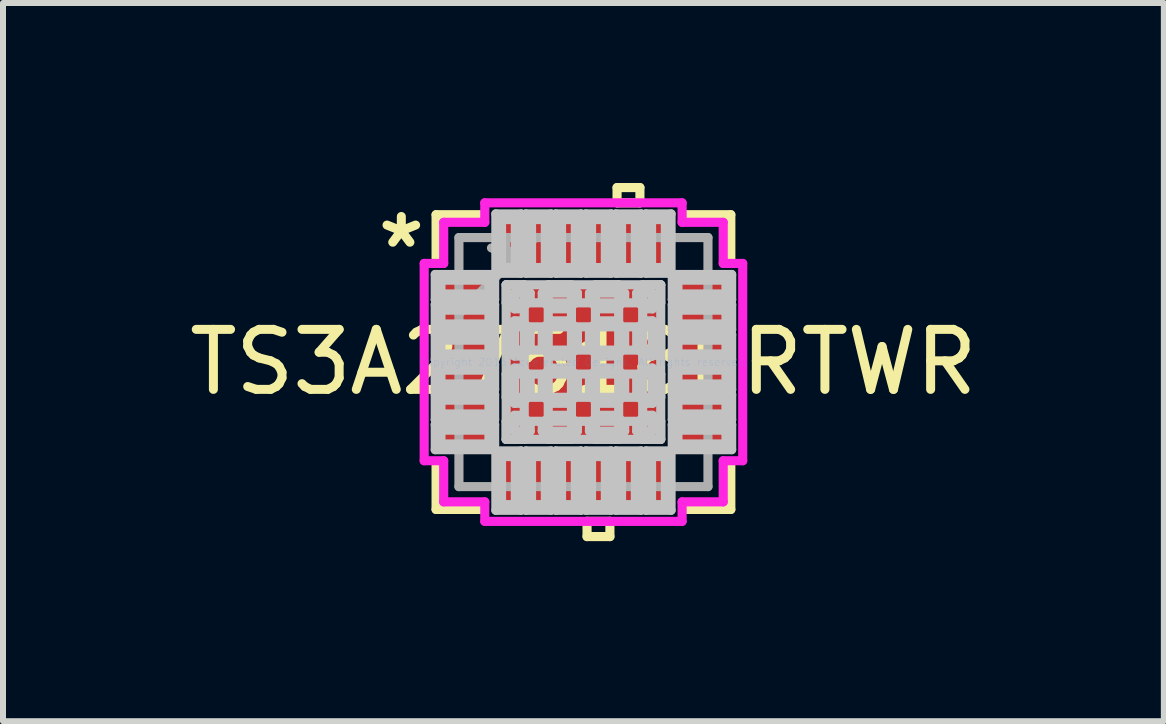
<source format=kicad_pcb>
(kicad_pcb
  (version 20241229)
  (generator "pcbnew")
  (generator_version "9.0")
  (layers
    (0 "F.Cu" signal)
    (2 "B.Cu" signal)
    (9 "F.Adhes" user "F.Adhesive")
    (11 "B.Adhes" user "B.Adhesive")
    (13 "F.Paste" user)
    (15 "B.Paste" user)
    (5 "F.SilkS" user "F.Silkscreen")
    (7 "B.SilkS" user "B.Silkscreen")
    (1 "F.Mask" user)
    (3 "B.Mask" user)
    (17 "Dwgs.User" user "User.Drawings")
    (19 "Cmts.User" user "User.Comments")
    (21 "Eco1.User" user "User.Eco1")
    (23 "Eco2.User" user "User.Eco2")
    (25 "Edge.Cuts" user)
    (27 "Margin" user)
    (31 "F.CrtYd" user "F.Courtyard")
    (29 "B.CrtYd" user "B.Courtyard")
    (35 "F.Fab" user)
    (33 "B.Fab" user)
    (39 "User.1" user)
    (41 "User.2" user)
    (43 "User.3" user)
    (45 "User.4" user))
  (footprint "TS3A27518ERTWR"
    (layer "F.Cu")
    (at 6.673 2.984)
    (property "Reference" "TS3A27518ERTWR" (at 0 0 0) (layer "F.SilkS") (effects (font (size 1 1) (thickness 0.15))))
    (attr through_hole)
    (fp_line (start -2.456 -2.456) (end -2.456 -1.718) (stroke (width 0.152) (type solid)) (layer "F.SilkS"))
    (fp_line (start -2.456 1.718) (end -2.456 2.456) (stroke (width 0.152) (type solid)) (layer "F.SilkS"))
    (fp_line (start -2.456 2.456) (end -1.718 2.456) (stroke (width 0.152) (type solid)) (layer "F.SilkS"))
    (fp_line (start -1.718 -2.456) (end -2.456 -2.456) (stroke (width 0.152) (type solid)) (layer "F.SilkS"))
    (fp_line (start 0.06 2.654) (end 0.06 2.908) (stroke (width 0.152) (type solid)) (layer "F.SilkS"))
    (fp_line (start 0.06 2.908) (end 0.441 2.908) (stroke (width 0.152) (type solid)) (layer "F.SilkS"))
    (fp_line (start 0.441 2.654) (end 0.06 2.654) (stroke (width 0.152) (type solid)) (layer "F.SilkS"))
    (fp_line (start 0.441 2.908) (end 0.441 2.654) (stroke (width 0.152) (type solid)) (layer "F.SilkS"))
    (fp_line (start 0.56 -2.908) (end 0.941 -2.908) (stroke (width 0.152) (type solid)) (layer "F.SilkS"))
    (fp_line (start 0.56 -2.654) (end 0.56 -2.908) (stroke (width 0.152) (type solid)) (layer "F.SilkS"))
    (fp_line (start 0.941 -2.908) (end 0.941 -2.654) (stroke (width 0.152) (type solid)) (layer "F.SilkS"))
    (fp_line (start 0.941 -2.654) (end 0.56 -2.654) (stroke (width 0.152) (type solid)) (layer "F.SilkS"))
    (fp_line (start 1.718 2.456) (end 2.456 2.456) (stroke (width 0.152) (type solid)) (layer "F.SilkS"))
    (fp_line (start 2.456 -2.456) (end 1.718 -2.456) (stroke (width 0.152) (type solid)) (layer "F.SilkS"))
    (fp_line (start 2.456 -1.718) (end 2.456 -2.456) (stroke (width 0.152) (type solid)) (layer "F.SilkS"))
    (fp_line (start 2.456 2.456) (end 2.456 1.718) (stroke (width 0.152) (type solid)) (layer "F.SilkS"))
    (fp_line (start -2.47 -1.46) (end -2.47 -1.04) (stroke (width 0.152) (type solid)) (layer "Dwgs.User"))
    (fp_line (start -2.47 -1.04) (end -1.48 -1.04) (stroke (width 0.152) (type solid)) (layer "Dwgs.User"))
    (fp_line (start -2.47 -0.96) (end -2.47 -0.54) (stroke (width 0.152) (type solid)) (layer "Dwgs.User"))
    (fp_line (start -2.47 -0.54) (end -1.48 -0.54) (stroke (width 0.152) (type solid)) (layer "Dwgs.User"))
    (fp_line (start -2.47 -0.46) (end -2.47 -0.04) (stroke (width 0.152) (type solid)) (layer "Dwgs.User"))
    (fp_line (start -2.47 -0.04) (end -1.48 -0.04) (stroke (width 0.152) (type solid)) (layer "Dwgs.User"))
    (fp_line (start -2.47 0.04) (end -2.47 0.46) (stroke (width 0.152) (type solid)) (layer "Dwgs.User"))
    (fp_line (start -2.47 0.46) (end -1.48 0.46) (stroke (width 0.152) (type solid)) (layer "Dwgs.User"))
    (fp_line (start -2.47 0.54) (end -2.47 0.96) (stroke (width 0.152) (type solid)) (layer "Dwgs.User"))
    (fp_line (start -2.47 0.96) (end -1.48 0.96) (stroke (width 0.152) (type solid)) (layer "Dwgs.User"))
    (fp_line (start -2.47 1.04) (end -2.47 1.46) (stroke (width 0.152) (type solid)) (layer "Dwgs.User"))
    (fp_line (start -2.47 1.46) (end -1.48 1.46) (stroke (width 0.152) (type solid)) (layer "Dwgs.User"))
    (fp_line (start -2.375 -1.365) (end -2.375 -1.135) (stroke (width 0.152) (type solid)) (layer "Dwgs.User"))
    (fp_line (start -2.375 -1.135) (end -1.575 -1.135) (stroke (width 0.152) (type solid)) (layer "Dwgs.User"))
    (fp_line (start -2.375 -0.865) (end -2.375 -0.635) (stroke (width 0.152) (type solid)) (layer "Dwgs.User"))
    (fp_line (start -2.375 -0.635) (end -1.575 -0.635) (stroke (width 0.152) (type solid)) (layer "Dwgs.User"))
    (fp_line (start -2.375 -0.365) (end -2.375 -0.135) (stroke (width 0.152) (type solid)) (layer "Dwgs.User"))
    (fp_line (start -2.375 -0.135) (end -1.575 -0.135) (stroke (width 0.152) (type solid)) (layer "Dwgs.User"))
    (fp_line (start -2.375 0.135) (end -2.375 0.365) (stroke (width 0.152) (type solid)) (layer "Dwgs.User"))
    (fp_line (start -2.375 0.365) (end -1.575 0.365) (stroke (width 0.152) (type solid)) (layer "Dwgs.User"))
    (fp_line (start -2.375 0.635) (end -2.375 0.865) (stroke (width 0.152) (type solid)) (layer "Dwgs.User"))
    (fp_line (start -2.375 0.865) (end -1.575 0.865) (stroke (width 0.152) (type solid)) (layer "Dwgs.User"))
    (fp_line (start -2.375 1.135) (end -2.375 1.365) (stroke (width 0.152) (type solid)) (layer "Dwgs.User"))
    (fp_line (start -2.375 1.365) (end -1.575 1.365) (stroke (width 0.152) (type solid)) (layer "Dwgs.User"))
    (fp_line (start -1.575 -1.365) (end -2.375 -1.365) (stroke (width 0.152) (type solid)) (layer "Dwgs.User"))
    (fp_line (start -1.575 -1.135) (end -1.575 -1.365) (stroke (width 0.152) (type solid)) (layer "Dwgs.User"))
    (fp_line (start -1.575 -0.865) (end -2.375 -0.865) (stroke (width 0.152) (type solid)) (layer "Dwgs.User"))
    (fp_line (start -1.575 -0.635) (end -1.575 -0.865) (stroke (width 0.152) (type solid)) (layer "Dwgs.User"))
    (fp_line (start -1.575 -0.365) (end -2.375 -0.365) (stroke (width 0.152) (type solid)) (layer "Dwgs.User"))
    (fp_line (start -1.575 -0.135) (end -1.575 -0.365) (stroke (width 0.152) (type solid)) (layer "Dwgs.User"))
    (fp_line (start -1.575 0.135) (end -2.375 0.135) (stroke (width 0.152) (type solid)) (layer "Dwgs.User"))
    (fp_line (start -1.575 0.365) (end -1.575 0.135) (stroke (width 0.152) (type solid)) (layer "Dwgs.User"))
    (fp_line (start -1.575 0.635) (end -2.375 0.635) (stroke (width 0.152) (type solid)) (layer "Dwgs.User"))
    (fp_line (start -1.575 0.865) (end -1.575 0.635) (stroke (width 0.152) (type solid)) (layer "Dwgs.User"))
    (fp_line (start -1.575 1.135) (end -2.375 1.135) (stroke (width 0.152) (type solid)) (layer "Dwgs.User"))
    (fp_line (start -1.575 1.365) (end -1.575 1.135) (stroke (width 0.152) (type solid)) (layer "Dwgs.User"))
    (fp_line (start -1.48 -1.46) (end -2.47 -1.46) (stroke (width 0.152) (type solid)) (layer "Dwgs.User"))
    (fp_line (start -1.48 -1.04) (end -1.48 -1.46) (stroke (width 0.152) (type solid)) (layer "Dwgs.User"))
    (fp_line (start -1.48 -0.96) (end -2.47 -0.96) (stroke (width 0.152) (type solid)) (layer "Dwgs.User"))
    (fp_line (start -1.48 -0.54) (end -1.48 -0.96) (stroke (width 0.152) (type solid)) (layer "Dwgs.User"))
    (fp_line (start -1.48 -0.46) (end -2.47 -0.46) (stroke (width 0.152) (type solid)) (layer "Dwgs.User"))
    (fp_line (start -1.48 -0.04) (end -1.48 -0.46) (stroke (width 0.152) (type solid)) (layer "Dwgs.User"))
    (fp_line (start -1.48 0.04) (end -2.47 0.04) (stroke (width 0.152) (type solid)) (layer "Dwgs.User"))
    (fp_line (start -1.48 0.46) (end -1.48 0.04) (stroke (width 0.152) (type solid)) (layer "Dwgs.User"))
    (fp_line (start -1.48 0.54) (end -2.47 0.54) (stroke (width 0.152) (type solid)) (layer "Dwgs.User"))
    (fp_line (start -1.48 0.96) (end -1.48 0.54) (stroke (width 0.152) (type solid)) (layer "Dwgs.User"))
    (fp_line (start -1.48 1.04) (end -2.47 1.04) (stroke (width 0.152) (type solid)) (layer "Dwgs.User"))
    (fp_line (start -1.48 1.46) (end -1.48 1.04) (stroke (width 0.152) (type solid)) (layer "Dwgs.User"))
    (fp_line (start -1.46 -2.47) (end -1.46 -1.48) (stroke (width 0.152) (type solid)) (layer "Dwgs.User"))
    (fp_line (start -1.46 -1.48) (end -1.04 -1.48) (stroke (width 0.152) (type solid)) (layer "Dwgs.User"))
    (fp_line (start -1.46 1.48) (end -1.46 2.47) (stroke (width 0.152) (type solid)) (layer "Dwgs.User"))
    (fp_line (start -1.46 2.47) (end -1.04 2.47) (stroke (width 0.152) (type solid)) (layer "Dwgs.User"))
    (fp_line (start -1.365 -2.375) (end -1.365 -1.575) (stroke (width 0.152) (type solid)) (layer "Dwgs.User"))
    (fp_line (start -1.365 -1.575) (end -1.135 -1.575) (stroke (width 0.152) (type solid)) (layer "Dwgs.User"))
    (fp_line (start -1.365 1.575) (end -1.365 2.375) (stroke (width 0.152) (type solid)) (layer "Dwgs.User"))
    (fp_line (start -1.365 2.375) (end -1.135 2.375) (stroke (width 0.152) (type solid)) (layer "Dwgs.User"))
    (fp_line (start -1.288 -1.288) (end -0.987 -1.288) (stroke (width 0.152) (type solid)) (layer "Dwgs.User"))
    (fp_line (start -1.288 -1.288) (end 1.288 -1.288) (stroke (width 0.152) (type solid)) (layer "Dwgs.User"))
    (fp_line (start -1.288 -0.987) (end -1.288 -1.288) (stroke (width 0.152) (type solid)) (layer "Dwgs.User"))
    (fp_line (start -1.288 -0.587) (end 1.288 -0.587) (stroke (width 0.152) (type solid)) (layer "Dwgs.User"))
    (fp_line (start -1.288 -0.2) (end -1.288 -0.587) (stroke (width 0.152) (type solid)) (layer "Dwgs.User"))
    (fp_line (start -1.288 0.2) (end 1.288 0.2) (stroke (width 0.152) (type solid)) (layer "Dwgs.User"))
    (fp_line (start -1.288 0.587) (end -1.288 0.2) (stroke (width 0.152) (type solid)) (layer "Dwgs.User"))
    (fp_line (start -1.288 0.987) (end 1.288 0.987) (stroke (width 0.152) (type solid)) (layer "Dwgs.User"))
    (fp_line (start -1.288 1.288) (end -1.288 -1.288) (stroke (width 0.152) (type solid)) (layer "Dwgs.User"))
    (fp_line (start -1.288 1.288) (end -1.288 0.987) (stroke (width 0.152) (type solid)) (layer "Dwgs.User"))
    (fp_line (start -1.15 -1.15) (end -1.15 -0.887) (stroke (width 0.152) (type solid)) (layer "Dwgs.User"))
    (fp_line (start -1.15 -0.887) (end -1.029 -0.887) (stroke (width 0.152) (type solid)) (layer "Dwgs.User"))
    (fp_line (start -1.15 -0.687) (end -1.15 -0.1) (stroke (width 0.152) (type solid)) (layer "Dwgs.User"))
    (fp_line (start -1.15 -0.1) (end -1.029 -0.1) (stroke (width 0.152) (type solid)) (layer "Dwgs.User"))
    (fp_line (start -1.15 0.1) (end -1.15 0.687) (stroke (width 0.152) (type solid)) (layer "Dwgs.User"))
    (fp_line (start -1.15 0.687) (end -1.029 0.687) (stroke (width 0.152) (type solid)) (layer "Dwgs.User"))
    (fp_line (start -1.15 0.887) (end -1.15 1.15) (stroke (width 0.152) (type solid)) (layer "Dwgs.User"))
    (fp_line (start -1.15 1.15) (end -0.887 1.15) (stroke (width 0.152) (type solid)) (layer "Dwgs.User"))
    (fp_line (start -1.135 -2.375) (end -1.365 -2.375) (stroke (width 0.152) (type solid)) (layer "Dwgs.User"))
    (fp_line (start -1.135 -1.575) (end -1.135 -2.375) (stroke (width 0.152) (type solid)) (layer "Dwgs.User"))
    (fp_line (start -1.135 1.575) (end -1.365 1.575) (stroke (width 0.152) (type solid)) (layer "Dwgs.User"))
    (fp_line (start -1.135 2.375) (end -1.135 1.575) (stroke (width 0.152) (type solid)) (layer "Dwgs.User"))
    (fp_line (start -1.04 -2.47) (end -1.46 -2.47) (stroke (width 0.152) (type solid)) (layer "Dwgs.User"))
    (fp_line (start -1.04 -1.48) (end -1.04 -2.47) (stroke (width 0.152) (type solid)) (layer "Dwgs.User"))
    (fp_line (start -1.04 1.48) (end -1.46 1.48) (stroke (width 0.152) (type solid)) (layer "Dwgs.User"))
    (fp_line (start -1.04 2.47) (end -1.04 1.48) (stroke (width 0.152) (type solid)) (layer "Dwgs.User"))
    (fp_line (start -1.029 -0.887) (end -1.029 -0.887) (stroke (width 0.152) (type solid)) (layer "Dwgs.User"))
    (fp_line (start -1.029 -0.887) (end -0.887 -1.029) (stroke (width 0.152) (type solid)) (layer "Dwgs.User"))
    (fp_line (start -1.029 -0.687) (end -1.15 -0.687) (stroke (width 0.152) (type solid)) (layer "Dwgs.User"))
    (fp_line (start -1.029 -0.687) (end -1.029 -0.687) (stroke (width 0.152) (type solid)) (layer "Dwgs.User"))
    (fp_line (start -1.029 -0.1) (end -1.029 -0.1) (stroke (width 0.152) (type solid)) (layer "Dwgs.User"))
    (fp_line (start -1.029 -0.1) (end -0.887 -0.241) (stroke (width 0.152) (type solid)) (layer "Dwgs.User"))
    (fp_line (start -1.029 0.1) (end -1.15 0.1) (stroke (width 0.152) (type solid)) (layer "Dwgs.User"))
    (fp_line (start -1.029 0.1) (end -1.029 0.1) (stroke (width 0.152) (type solid)) (layer "Dwgs.User"))
    (fp_line (start -1.029 0.687) (end -1.029 0.687) (stroke (width 0.152) (type solid)) (layer "Dwgs.User"))
    (fp_line (start -1.029 0.687) (end -0.887 0.546) (stroke (width 0.152) (type solid)) (layer "Dwgs.User"))
    (fp_line (start -1.029 0.887) (end -1.15 0.887) (stroke (width 0.152) (type solid)) (layer "Dwgs.User"))
    (fp_line (start -1.029 0.887) (end -1.029 0.887) (stroke (width 0.152) (type solid)) (layer "Dwgs.User"))
    (fp_line (start -0.987 -1.288) (end -0.987 1.288) (stroke (width 0.152) (type solid)) (layer "Dwgs.User"))
    (fp_line (start -0.987 1.288) (end -1.288 1.288) (stroke (width 0.152) (type solid)) (layer "Dwgs.User"))
    (fp_line (start -0.96 -2.47) (end -0.96 -1.48) (stroke (width 0.152) (type solid)) (layer "Dwgs.User"))
    (fp_line (start -0.96 -1.48) (end -0.54 -1.48) (stroke (width 0.152) (type solid)) (layer "Dwgs.User"))
    (fp_line (start -0.96 1.48) (end -0.96 2.47) (stroke (width 0.152) (type solid)) (layer "Dwgs.User"))
    (fp_line (start -0.96 2.47) (end -0.54 2.47) (stroke (width 0.152) (type solid)) (layer "Dwgs.User"))
    (fp_line (start -0.887 -1.15) (end -1.15 -1.15) (stroke (width 0.152) (type solid)) (layer "Dwgs.User"))
    (fp_line (start -0.887 -1.029) (end -0.887 -1.15) (stroke (width 0.152) (type solid)) (layer "Dwgs.User"))
    (fp_line (start -0.887 -1.029) (end -0.887 -1.029) (stroke (width 0.152) (type solid)) (layer "Dwgs.User"))
    (fp_line (start -0.887 -0.546) (end -1.029 -0.687) (stroke (width 0.152) (type solid)) (layer "Dwgs.User"))
    (fp_line (start -0.887 -0.546) (end -0.887 -0.546) (stroke (width 0.152) (type solid)) (layer "Dwgs.User"))
    (fp_line (start -0.887 -0.241) (end -0.887 -0.546) (stroke (width 0.152) (type solid)) (layer "Dwgs.User"))
    (fp_line (start -0.887 -0.241) (end -0.887 -0.241) (stroke (width 0.152) (type solid)) (layer "Dwgs.User"))
    (fp_line (start -0.887 0.241) (end -1.029 0.1) (stroke (width 0.152) (type solid)) (layer "Dwgs.User"))
    (fp_line (start -0.887 0.241) (end -0.887 0.241) (stroke (width 0.152) (type solid)) (layer "Dwgs.User"))
    (fp_line (start -0.887 0.546) (end -0.887 0.241) (stroke (width 0.152) (type solid)) (layer "Dwgs.User"))
    (fp_line (start -0.887 0.546) (end -0.887 0.546) (stroke (width 0.152) (type solid)) (layer "Dwgs.User"))
    (fp_line (start -0.887 1.029) (end -1.029 0.887) (stroke (width 0.152) (type solid)) (layer "Dwgs.User"))
    (fp_line (start -0.887 1.029) (end -0.887 1.029) (stroke (width 0.152) (type solid)) (layer "Dwgs.User"))
    (fp_line (start -0.887 1.15) (end -0.887 1.029) (stroke (width 0.152) (type solid)) (layer "Dwgs.User"))
    (fp_line (start -0.865 -2.375) (end -0.865 -1.575) (stroke (width 0.152) (type solid)) (layer "Dwgs.User"))
    (fp_line (start -0.865 -1.575) (end -0.635 -1.575) (stroke (width 0.152) (type solid)) (layer "Dwgs.User"))
    (fp_line (start -0.865 1.575) (end -0.865 2.375) (stroke (width 0.152) (type solid)) (layer "Dwgs.User"))
    (fp_line (start -0.865 2.375) (end -0.635 2.375) (stroke (width 0.152) (type solid)) (layer "Dwgs.User"))
    (fp_line (start -0.687 -1.15) (end -0.687 -1.029) (stroke (width 0.152) (type solid)) (layer "Dwgs.User"))
    (fp_line (start -0.687 -1.029) (end -0.687 -1.029) (stroke (width 0.152) (type solid)) (layer "Dwgs.User"))
    (fp_line (start -0.687 -1.029) (end -0.546 -0.887) (stroke (width 0.152) (type solid)) (layer "Dwgs.User"))
    (fp_line (start -0.687 -0.546) (end -0.687 -0.546) (stroke (width 0.152) (type solid)) (layer "Dwgs.User"))
    (fp_line (start -0.687 -0.546) (end -0.687 -0.241) (stroke (width 0.152) (type solid)) (layer "Dwgs.User"))
    (fp_line (start -0.687 -0.241) (end -0.687 -0.241) (stroke (width 0.152) (type solid)) (layer "Dwgs.User"))
    (fp_line (start -0.687 -0.241) (end -0.546 -0.1) (stroke (width 0.152) (type solid)) (layer "Dwgs.User"))
    (fp_line (start -0.687 0.241) (end -0.687 0.241) (stroke (width 0.152) (type solid)) (layer "Dwgs.User"))
    (fp_line (start -0.687 0.241) (end -0.687 0.546) (stroke (width 0.152) (type solid)) (layer "Dwgs.User"))
    (fp_line (start -0.687 0.546) (end -0.687 0.546) (stroke (width 0.152) (type solid)) (layer "Dwgs.User"))
    (fp_line (start -0.687 0.546) (end -0.546 0.687) (stroke (width 0.152) (type solid)) (layer "Dwgs.User"))
    (fp_line (start -0.687 1.029) (end -0.687 1.029) (stroke (width 0.152) (type solid)) (layer "Dwgs.User"))
    (fp_line (start -0.687 1.029) (end -0.687 1.15) (stroke (width 0.152) (type solid)) (layer "Dwgs.User"))
    (fp_line (start -0.687 1.15) (end -0.1 1.15) (stroke (width 0.152) (type solid)) (layer "Dwgs.User"))
    (fp_line (start -0.635 -2.375) (end -0.865 -2.375) (stroke (width 0.152) (type solid)) (layer "Dwgs.User"))
    (fp_line (start -0.635 -1.575) (end -0.635 -2.375) (stroke (width 0.152) (type solid)) (layer "Dwgs.User"))
    (fp_line (start -0.635 1.575) (end -0.865 1.575) (stroke (width 0.152) (type solid)) (layer "Dwgs.User"))
    (fp_line (start -0.635 2.375) (end -0.635 1.575) (stroke (width 0.152) (type solid)) (layer "Dwgs.User"))
    (fp_line (start -0.587 -1.288) (end -0.587 1.288) (stroke (width 0.152) (type solid)) (layer "Dwgs.User"))
    (fp_line (start -0.587 1.288) (end -0.2 1.288) (stroke (width 0.152) (type solid)) (layer "Dwgs.User"))
    (fp_line (start -0.546 -0.887) (end -0.546 -0.887) (stroke (width 0.152) (type solid)) (layer "Dwgs.User"))
    (fp_line (start -0.546 -0.887) (end -0.241 -0.887) (stroke (width 0.152) (type solid)) (layer "Dwgs.User"))
    (fp_line (start -0.546 -0.687) (end -0.687 -0.546) (stroke (width 0.152) (type solid)) (layer "Dwgs.User"))
    (fp_line (start -0.546 -0.687) (end -0.546 -0.687) (stroke (width 0.152) (type solid)) (layer "Dwgs.User"))
    (fp_line (start -0.546 -0.1) (end -0.546 -0.1) (stroke (width 0.152) (type solid)) (layer "Dwgs.User"))
    (fp_line (start -0.546 -0.1) (end -0.241 -0.1) (stroke (width 0.152) (type solid)) (layer "Dwgs.User"))
    (fp_line (start -0.546 0.1) (end -0.687 0.241) (stroke (width 0.152) (type solid)) (layer "Dwgs.User"))
    (fp_line (start -0.546 0.1) (end -0.546 0.1) (stroke (width 0.152) (type solid)) (layer "Dwgs.User"))
    (fp_line (start -0.546 0.687) (end -0.546 0.687) (stroke (width 0.152) (type solid)) (layer "Dwgs.User"))
    (fp_line (start -0.546 0.687) (end -0.241 0.687) (stroke (width 0.152) (type solid)) (layer "Dwgs.User"))
    (fp_line (start -0.546 0.887) (end -0.687 1.029) (stroke (width 0.152) (type solid)) (layer "Dwgs.User"))
    (fp_line (start -0.546 0.887) (end -0.546 0.887) (stroke (width 0.152) (type solid)) (layer "Dwgs.User"))
    (fp_line (start -0.54 -2.47) (end -0.96 -2.47) (stroke (width 0.152) (type solid)) (layer "Dwgs.User"))
    (fp_line (start -0.54 -1.48) (end -0.54 -2.47) (stroke (width 0.152) (type solid)) (layer "Dwgs.User"))
    (fp_line (start -0.54 1.48) (end -0.96 1.48) (stroke (width 0.152) (type solid)) (layer "Dwgs.User"))
    (fp_line (start -0.54 2.47) (end -0.54 1.48) (stroke (width 0.152) (type solid)) (layer "Dwgs.User"))
    (fp_line (start -0.46 -2.47) (end -0.46 -1.48) (stroke (width 0.152) (type solid)) (layer "Dwgs.User"))
    (fp_line (start -0.46 -1.48) (end -0.04 -1.48) (stroke (width 0.152) (type solid)) (layer "Dwgs.User"))
    (fp_line (start -0.46 1.48) (end -0.46 2.47) (stroke (width 0.152) (type solid)) (layer "Dwgs.User"))
    (fp_line (start -0.46 2.47) (end -0.04 2.47) (stroke (width 0.152) (type solid)) (layer "Dwgs.User"))
    (fp_line (start -0.365 -2.375) (end -0.365 -1.575) (stroke (width 0.152) (type solid)) (layer "Dwgs.User"))
    (fp_line (start -0.365 -1.575) (end -0.135 -1.575) (stroke (width 0.152) (type solid)) (layer "Dwgs.User"))
    (fp_line (start -0.365 1.575) (end -0.365 2.375) (stroke (width 0.152) (type solid)) (layer "Dwgs.User"))
    (fp_line (start -0.365 2.375) (end -0.135 2.375) (stroke (width 0.152) (type solid)) (layer "Dwgs.User"))
    (fp_line (start -0.241 -0.887) (end -0.241 -0.887) (stroke (width 0.152) (type solid)) (layer "Dwgs.User"))
    (fp_line (start -0.241 -0.887) (end -0.1 -1.029) (stroke (width 0.152) (type solid)) (layer "Dwgs.User"))
    (fp_line (start -0.241 -0.687) (end -0.546 -0.687) (stroke (width 0.152) (type solid)) (layer "Dwgs.User"))
    (fp_line (start -0.241 -0.687) (end -0.241 -0.687) (stroke (width 0.152) (type solid)) (layer "Dwgs.User"))
    (fp_line (start -0.241 -0.1) (end -0.241 -0.1) (stroke (width 0.152) (type solid)) (layer "Dwgs.User"))
    (fp_line (start -0.241 -0.1) (end -0.1 -0.241) (stroke (width 0.152) (type solid)) (layer "Dwgs.User"))
    (fp_line (start -0.241 0.1) (end -0.546 0.1) (stroke (width 0.152) (type solid)) (layer "Dwgs.User"))
    (fp_line (start -0.241 0.1) (end -0.241 0.1) (stroke (width 0.152) (type solid)) (layer "Dwgs.User"))
    (fp_line (start -0.241 0.687) (end -0.241 0.687) (stroke (width 0.152) (type solid)) (layer "Dwgs.User"))
    (fp_line (start -0.241 0.687) (end -0.1 0.546) (stroke (width 0.152) (type solid)) (layer "Dwgs.User"))
    (fp_line (start -0.241 0.887) (end -0.546 0.887) (stroke (width 0.152) (type solid)) (layer "Dwgs.User"))
    (fp_line (start -0.241 0.887) (end -0.241 0.887) (stroke (width 0.152) (type solid)) (layer "Dwgs.User"))
    (fp_line (start -0.2 -1.288) (end -0.587 -1.288) (stroke (width 0.152) (type solid)) (layer "Dwgs.User"))
    (fp_line (start -0.2 1.288) (end -0.2 -1.288) (stroke (width 0.152) (type solid)) (layer "Dwgs.User"))
    (fp_line (start -0.135 -2.375) (end -0.365 -2.375) (stroke (width 0.152) (type solid)) (layer "Dwgs.User"))
    (fp_line (start -0.135 -1.575) (end -0.135 -2.375) (stroke (width 0.152) (type solid)) (layer "Dwgs.User"))
    (fp_line (start -0.135 1.575) (end -0.365 1.575) (stroke (width 0.152) (type solid)) (layer "Dwgs.User"))
    (fp_line (start -0.135 2.375) (end -0.135 1.575) (stroke (width 0.152) (type solid)) (layer "Dwgs.User"))
    (fp_line (start -0.1 -1.15) (end -0.687 -1.15) (stroke (width 0.152) (type solid)) (layer "Dwgs.User"))
    (fp_line (start -0.1 -1.029) (end -0.1 -1.15) (stroke (width 0.152) (type solid)) (layer "Dwgs.User"))
    (fp_line (start -0.1 -1.029) (end -0.1 -1.029) (stroke (width 0.152) (type solid)) (layer "Dwgs.User"))
    (fp_line (start -0.1 -0.546) (end -0.241 -0.687) (stroke (width 0.152) (type solid)) (layer "Dwgs.User"))
    (fp_line (start -0.1 -0.546) (end -0.1 -0.546) (stroke (width 0.152) (type solid)) (layer "Dwgs.User"))
    (fp_line (start -0.1 -0.241) (end -0.1 -0.546) (stroke (width 0.152) (type solid)) (layer "Dwgs.User"))
    (fp_line (start -0.1 -0.241) (end -0.1 -0.241) (stroke (width 0.152) (type solid)) (layer "Dwgs.User"))
    (fp_line (start -0.1 0.241) (end -0.241 0.1) (stroke (width 0.152) (type solid)) (layer "Dwgs.User"))
    (fp_line (start -0.1 0.241) (end -0.1 0.241) (stroke (width 0.152) (type solid)) (layer "Dwgs.User"))
    (fp_line (start -0.1 0.546) (end -0.1 0.241) (stroke (width 0.152) (type solid)) (layer "Dwgs.User"))
    (fp_line (start -0.1 0.546) (end -0.1 0.546) (stroke (width 0.152) (type solid)) (layer "Dwgs.User"))
    (fp_line (start -0.1 1.029) (end -0.241 0.887) (stroke (width 0.152) (type solid)) (layer "Dwgs.User"))
    (fp_line (start -0.1 1.029) (end -0.1 1.029) (stroke (width 0.152) (type solid)) (layer "Dwgs.User"))
    (fp_line (start -0.1 1.15) (end -0.1 1.029) (stroke (width 0.152) (type solid)) (layer "Dwgs.User"))
    (fp_line (start -0.04 -2.47) (end -0.46 -2.47) (stroke (width 0.152) (type solid)) (layer "Dwgs.User"))
    (fp_line (start -0.04 -1.48) (end -0.04 -2.47) (stroke (width 0.152) (type solid)) (layer "Dwgs.User"))
    (fp_line (start -0.04 1.48) (end -0.46 1.48) (stroke (width 0.152) (type solid)) (layer "Dwgs.User"))
    (fp_line (start -0.04 2.47) (end -0.04 1.48) (stroke (width 0.152) (type solid)) (layer "Dwgs.User"))
    (fp_line (start 0.04 -2.47) (end 0.04 -1.48) (stroke (width 0.152) (type solid)) (layer "Dwgs.User"))
    (fp_line (start 0.04 -1.48) (end 0.46 -1.48) (stroke (width 0.152) (type solid)) (layer "Dwgs.User"))
    (fp_line (start 0.04 1.48) (end 0.04 2.47) (stroke (width 0.152) (type solid)) (layer "Dwgs.User"))
    (fp_line (start 0.04 2.47) (end 0.46 2.47) (stroke (width 0.152) (type solid)) (layer "Dwgs.User"))
    (fp_line (start 0.1 -1.15) (end 0.1 -1.029) (stroke (width 0.152) (type solid)) (layer "Dwgs.User"))
    (fp_line (start 0.1 -1.029) (end 0.1 -1.029) (stroke (width 0.152) (type solid)) (layer "Dwgs.User"))
    (fp_line (start 0.1 -1.029) (end 0.241 -0.887) (stroke (width 0.152) (type solid)) (layer "Dwgs.User"))
    (fp_line (start 0.1 -0.546) (end 0.1 -0.546) (stroke (width 0.152) (type solid)) (layer "Dwgs.User"))
    (fp_line (start 0.1 -0.546) (end 0.1 -0.241) (stroke (width 0.152) (type solid)) (layer "Dwgs.User"))
    (fp_line (start 0.1 -0.241) (end 0.1 -0.241) (stroke (width 0.152) (type solid)) (layer "Dwgs.User"))
    (fp_line (start 0.1 -0.241) (end 0.241 -0.1) (stroke (width 0.152) (type solid)) (layer "Dwgs.User"))
    (fp_line (start 0.1 0.241) (end 0.1 0.241) (stroke (width 0.152) (type solid)) (layer "Dwgs.User"))
    (fp_line (start 0.1 0.241) (end 0.1 0.546) (stroke (width 0.152) (type solid)) (layer "Dwgs.User"))
    (fp_line (start 0.1 0.546) (end 0.1 0.546) (stroke (width 0.152) (type solid)) (layer "Dwgs.User"))
    (fp_line (start 0.1 0.546) (end 0.241 0.687) (stroke (width 0.152) (type solid)) (layer "Dwgs.User"))
    (fp_line (start 0.1 1.029) (end 0.1 1.029) (stroke (width 0.152) (type solid)) (layer "Dwgs.User"))
    (fp_line (start 0.1 1.029) (end 0.1 1.15) (stroke (width 0.152) (type solid)) (layer "Dwgs.User"))
    (fp_line (start 0.1 1.15) (end 0.687 1.15) (stroke (width 0.152) (type solid)) (layer "Dwgs.User"))
    (fp_line (start 0.135 -2.375) (end 0.135 -1.575) (stroke (width 0.152) (type solid)) (layer "Dwgs.User"))
    (fp_line (start 0.135 -1.575) (end 0.365 -1.575) (stroke (width 0.152) (type solid)) (layer "Dwgs.User"))
    (fp_line (start 0.135 1.575) (end 0.135 2.375) (stroke (width 0.152) (type solid)) (layer "Dwgs.User"))
    (fp_line (start 0.135 2.375) (end 0.365 2.375) (stroke (width 0.152) (type solid)) (layer "Dwgs.User"))
    (fp_line (start 0.2 -1.288) (end 0.2 1.288) (stroke (width 0.152) (type solid)) (layer "Dwgs.User"))
    (fp_line (start 0.2 1.288) (end 0.587 1.288) (stroke (width 0.152) (type solid)) (layer "Dwgs.User"))
    (fp_line (start 0.241 -0.887) (end 0.241 -0.887) (stroke (width 0.152) (type solid)) (layer "Dwgs.User"))
    (fp_line (start 0.241 -0.887) (end 0.546 -0.887) (stroke (width 0.152) (type solid)) (layer "Dwgs.User"))
    (fp_line (start 0.241 -0.687) (end 0.1 -0.546) (stroke (width 0.152) (type solid)) (layer "Dwgs.User"))
    (fp_line (start 0.241 -0.687) (end 0.241 -0.687) (stroke (width 0.152) (type solid)) (layer "Dwgs.User"))
    (fp_line (start 0.241 -0.1) (end 0.241 -0.1) (stroke (width 0.152) (type solid)) (layer "Dwgs.User"))
    (fp_line (start 0.241 -0.1) (end 0.546 -0.1) (stroke (width 0.152) (type solid)) (layer "Dwgs.User"))
    (fp_line (start 0.241 0.1) (end 0.1 0.241) (stroke (width 0.152) (type solid)) (layer "Dwgs.User"))
    (fp_line (start 0.241 0.1) (end 0.241 0.1) (stroke (width 0.152) (type solid)) (layer "Dwgs.User"))
    (fp_line (start 0.241 0.687) (end 0.241 0.687) (stroke (width 0.152) (type solid)) (layer "Dwgs.User"))
    (fp_line (start 0.241 0.687) (end 0.546 0.687) (stroke (width 0.152) (type solid)) (layer "Dwgs.User"))
    (fp_line (start 0.241 0.887) (end 0.1 1.029) (stroke (width 0.152) (type solid)) (layer "Dwgs.User"))
    (fp_line (start 0.241 0.887) (end 0.241 0.887) (stroke (width 0.152) (type solid)) (layer "Dwgs.User"))
    (fp_line (start 0.365 -2.375) (end 0.135 -2.375) (stroke (width 0.152) (type solid)) (layer "Dwgs.User"))
    (fp_line (start 0.365 -1.575) (end 0.365 -2.375) (stroke (width 0.152) (type solid)) (layer "Dwgs.User"))
    (fp_line (start 0.365 1.575) (end 0.135 1.575) (stroke (width 0.152) (type solid)) (layer "Dwgs.User"))
    (fp_line (start 0.365 2.375) (end 0.365 1.575) (stroke (width 0.152) (type solid)) (layer "Dwgs.User"))
    (fp_line (start 0.46 -2.47) (end 0.04 -2.47) (stroke (width 0.152) (type solid)) (layer "Dwgs.User"))
    (fp_line (start 0.46 -1.48) (end 0.46 -2.47) (stroke (width 0.152) (type solid)) (layer "Dwgs.User"))
    (fp_line (start 0.46 1.48) (end 0.04 1.48) (stroke (width 0.152) (type solid)) (layer "Dwgs.User"))
    (fp_line (start 0.46 2.47) (end 0.46 1.48) (stroke (width 0.152) (type solid)) (layer "Dwgs.User"))
    (fp_line (start 0.54 -2.47) (end 0.54 -1.48) (stroke (width 0.152) (type solid)) (layer "Dwgs.User"))
    (fp_line (start 0.54 -1.48) (end 0.96 -1.48) (stroke (width 0.152) (type solid)) (layer "Dwgs.User"))
    (fp_line (start 0.54 1.48) (end 0.54 2.47) (stroke (width 0.152) (type solid)) (layer "Dwgs.User"))
    (fp_line (start 0.54 2.47) (end 0.96 2.47) (stroke (width 0.152) (type solid)) (layer "Dwgs.User"))
    (fp_line (start 0.546 -0.887) (end 0.546 -0.887) (stroke (width 0.152) (type solid)) (layer "Dwgs.User"))
    (fp_line (start 0.546 -0.887) (end 0.687 -1.029) (stroke (width 0.152) (type solid)) (layer "Dwgs.User"))
    (fp_line (start 0.546 -0.687) (end 0.241 -0.687) (stroke (width 0.152) (type solid)) (layer "Dwgs.User"))
    (fp_line (start 0.546 -0.687) (end 0.546 -0.687) (stroke (width 0.152) (type solid)) (layer "Dwgs.User"))
    (fp_line (start 0.546 -0.1) (end 0.546 -0.1) (stroke (width 0.152) (type solid)) (layer "Dwgs.User"))
    (fp_line (start 0.546 -0.1) (end 0.687 -0.241) (stroke (width 0.152) (type solid)) (layer "Dwgs.User"))
    (fp_line (start 0.546 0.1) (end 0.241 0.1) (stroke (width 0.152) (type solid)) (layer "Dwgs.User"))
    (fp_line (start 0.546 0.1) (end 0.546 0.1) (stroke (width 0.152) (type solid)) (layer "Dwgs.User"))
    (fp_line (start 0.546 0.687) (end 0.546 0.687) (stroke (width 0.152) (type solid)) (layer "Dwgs.User"))
    (fp_line (start 0.546 0.687) (end 0.687 0.546) (stroke (width 0.152) (type solid)) (layer "Dwgs.User"))
    (fp_line (start 0.546 0.887) (end 0.241 0.887) (stroke (width 0.152) (type solid)) (layer "Dwgs.User"))
    (fp_line (start 0.546 0.887) (end 0.546 0.887) (stroke (width 0.152) (type solid)) (layer "Dwgs.User"))
    (fp_line (start 0.587 -1.288) (end 0.2 -1.288) (stroke (width 0.152) (type solid)) (layer "Dwgs.User"))
    (fp_line (start 0.587 1.288) (end 0.587 -1.288) (stroke (width 0.152) (type solid)) (layer "Dwgs.User"))
    (fp_line (start 0.635 -2.375) (end 0.635 -1.575) (stroke (width 0.152) (type solid)) (layer "Dwgs.User"))
    (fp_line (start 0.635 -1.575) (end 0.865 -1.575) (stroke (width 0.152) (type solid)) (layer "Dwgs.User"))
    (fp_line (start 0.635 1.575) (end 0.635 2.375) (stroke (width 0.152) (type solid)) (layer "Dwgs.User"))
    (fp_line (start 0.635 2.375) (end 0.865 2.375) (stroke (width 0.152) (type solid)) (layer "Dwgs.User"))
    (fp_line (start 0.687 -1.15) (end 0.1 -1.15) (stroke (width 0.152) (type solid)) (layer "Dwgs.User"))
    (fp_line (start 0.687 -1.029) (end 0.687 -1.15) (stroke (width 0.152) (type solid)) (layer "Dwgs.User"))
    (fp_line (start 0.687 -1.029) (end 0.687 -1.029) (stroke (width 0.152) (type solid)) (layer "Dwgs.User"))
    (fp_line (start 0.687 -0.546) (end 0.546 -0.687) (stroke (width 0.152) (type solid)) (layer "Dwgs.User"))
    (fp_line (start 0.687 -0.546) (end 0.687 -0.546) (stroke (width 0.152) (type solid)) (layer "Dwgs.User"))
    (fp_line (start 0.687 -0.241) (end 0.687 -0.546) (stroke (width 0.152) (type solid)) (layer "Dwgs.User"))
    (fp_line (start 0.687 -0.241) (end 0.687 -0.241) (stroke (width 0.152) (type solid)) (layer "Dwgs.User"))
    (fp_line (start 0.687 0.241) (end 0.546 0.1) (stroke (width 0.152) (type solid)) (layer "Dwgs.User"))
    (fp_line (start 0.687 0.241) (end 0.687 0.241) (stroke (width 0.152) (type solid)) (layer "Dwgs.User"))
    (fp_line (start 0.687 0.546) (end 0.687 0.241) (stroke (width 0.152) (type solid)) (layer "Dwgs.User"))
    (fp_line (start 0.687 0.546) (end 0.687 0.546) (stroke (width 0.152) (type solid)) (layer "Dwgs.User"))
    (fp_line (start 0.687 1.029) (end 0.546 0.887) (stroke (width 0.152) (type solid)) (layer "Dwgs.User"))
    (fp_line (start 0.687 1.029) (end 0.687 1.029) (stroke (width 0.152) (type solid)) (layer "Dwgs.User"))
    (fp_line (start 0.687 1.15) (end 0.687 1.029) (stroke (width 0.152) (type solid)) (layer "Dwgs.User"))
    (fp_line (start 0.865 -2.375) (end 0.635 -2.375) (stroke (width 0.152) (type solid)) (layer "Dwgs.User"))
    (fp_line (start 0.865 -1.575) (end 0.865 -2.375) (stroke (width 0.152) (type solid)) (layer "Dwgs.User"))
    (fp_line (start 0.865 1.575) (end 0.635 1.575) (stroke (width 0.152) (type solid)) (layer "Dwgs.User"))
    (fp_line (start 0.865 2.375) (end 0.865 1.575) (stroke (width 0.152) (type solid)) (layer "Dwgs.User"))
    (fp_line (start 0.887 -1.15) (end 0.887 -1.029) (stroke (width 0.152) (type solid)) (layer "Dwgs.User"))
    (fp_line (start 0.887 -1.029) (end 0.887 -1.029) (stroke (width 0.152) (type solid)) (layer "Dwgs.User"))
    (fp_line (start 0.887 -1.029) (end 1.029 -0.887) (stroke (width 0.152) (type solid)) (layer "Dwgs.User"))
    (fp_line (start 0.887 -0.546) (end 0.887 -0.546) (stroke (width 0.152) (type solid)) (layer "Dwgs.User"))
    (fp_line (start 0.887 -0.546) (end 0.887 -0.241) (stroke (width 0.152) (type solid)) (layer "Dwgs.User"))
    (fp_line (start 0.887 -0.241) (end 0.887 -0.241) (stroke (width 0.152) (type solid)) (layer "Dwgs.User"))
    (fp_line (start 0.887 -0.241) (end 1.029 -0.1) (stroke (width 0.152) (type solid)) (layer "Dwgs.User"))
    (fp_line (start 0.887 0.241) (end 0.887 0.241) (stroke (width 0.152) (type solid)) (layer "Dwgs.User"))
    (fp_line (start 0.887 0.241) (end 0.887 0.546) (stroke (width 0.152) (type solid)) (layer "Dwgs.User"))
    (fp_line (start 0.887 0.546) (end 0.887 0.546) (stroke (width 0.152) (type solid)) (layer "Dwgs.User"))
    (fp_line (start 0.887 0.546) (end 1.029 0.687) (stroke (width 0.152) (type solid)) (layer "Dwgs.User"))
    (fp_line (start 0.887 1.029) (end 0.887 1.029) (stroke (width 0.152) (type solid)) (layer "Dwgs.User"))
    (fp_line (start 0.887 1.029) (end 0.887 1.15) (stroke (width 0.152) (type solid)) (layer "Dwgs.User"))
    (fp_line (start 0.887 1.15) (end 1.15 1.15) (stroke (width 0.152) (type solid)) (layer "Dwgs.User"))
    (fp_line (start 0.96 -2.47) (end 0.54 -2.47) (stroke (width 0.152) (type solid)) (layer "Dwgs.User"))
    (fp_line (start 0.96 -1.48) (end 0.96 -2.47) (stroke (width 0.152) (type solid)) (layer "Dwgs.User"))
    (fp_line (start 0.96 1.48) (end 0.54 1.48) (stroke (width 0.152) (type solid)) (layer "Dwgs.User"))
    (fp_line (start 0.96 2.47) (end 0.96 1.48) (stroke (width 0.152) (type solid)) (layer "Dwgs.User"))
    (fp_line (start 0.987 -1.288) (end 1.288 -1.288) (stroke (width 0.152) (type solid)) (layer "Dwgs.User"))
    (fp_line (start 0.987 1.288) (end 0.987 -1.288) (stroke (width 0.152) (type solid)) (layer "Dwgs.User"))
    (fp_line (start 1.029 -0.887) (end 1.029 -0.887) (stroke (width 0.152) (type solid)) (layer "Dwgs.User"))
    (fp_line (start 1.029 -0.887) (end 1.15 -0.887) (stroke (width 0.152) (type solid)) (layer "Dwgs.User"))
    (fp_line (start 1.029 -0.687) (end 0.887 -0.546) (stroke (width 0.152) (type solid)) (layer "Dwgs.User"))
    (fp_line (start 1.029 -0.687) (end 1.029 -0.687) (stroke (width 0.152) (type solid)) (layer "Dwgs.User"))
    (fp_line (start 1.029 -0.1) (end 1.029 -0.1) (stroke (width 0.152) (type solid)) (layer "Dwgs.User"))
    (fp_line (start 1.029 -0.1) (end 1.15 -0.1) (stroke (width 0.152) (type solid)) (layer "Dwgs.User"))
    (fp_line (start 1.029 0.1) (end 0.887 0.241) (stroke (width 0.152) (type solid)) (layer "Dwgs.User"))
    (fp_line (start 1.029 0.1) (end 1.029 0.1) (stroke (width 0.152) (type solid)) (layer "Dwgs.User"))
    (fp_line (start 1.029 0.687) (end 1.029 0.687) (stroke (width 0.152) (type solid)) (layer "Dwgs.User"))
    (fp_line (start 1.029 0.687) (end 1.15 0.687) (stroke (width 0.152) (type solid)) (layer "Dwgs.User"))
    (fp_line (start 1.029 0.887) (end 0.887 1.029) (stroke (width 0.152) (type solid)) (layer "Dwgs.User"))
    (fp_line (start 1.029 0.887) (end 1.029 0.887) (stroke (width 0.152) (type solid)) (layer "Dwgs.User"))
    (fp_line (start 1.04 -2.47) (end 1.04 -1.48) (stroke (width 0.152) (type solid)) (layer "Dwgs.User"))
    (fp_line (start 1.04 -1.48) (end 1.46 -1.48) (stroke (width 0.152) (type solid)) (layer "Dwgs.User"))
    (fp_line (start 1.04 1.48) (end 1.04 2.47) (stroke (width 0.152) (type solid)) (layer "Dwgs.User"))
    (fp_line (start 1.04 2.47) (end 1.46 2.47) (stroke (width 0.152) (type solid)) (layer "Dwgs.User"))
    (fp_line (start 1.135 -2.375) (end 1.135 -1.575) (stroke (width 0.152) (type solid)) (layer "Dwgs.User"))
    (fp_line (start 1.135 -1.575) (end 1.365 -1.575) (stroke (width 0.152) (type solid)) (layer "Dwgs.User"))
    (fp_line (start 1.135 1.575) (end 1.135 2.375) (stroke (width 0.152) (type solid)) (layer "Dwgs.User"))
    (fp_line (start 1.135 2.375) (end 1.365 2.375) (stroke (width 0.152) (type solid)) (layer "Dwgs.User"))
    (fp_line (start 1.15 -1.15) (end 0.887 -1.15) (stroke (width 0.152) (type solid)) (layer "Dwgs.User"))
    (fp_line (start 1.15 -0.887) (end 1.15 -1.15) (stroke (width 0.152) (type solid)) (layer "Dwgs.User"))
    (fp_line (start 1.15 -0.687) (end 1.029 -0.687) (stroke (width 0.152) (type solid)) (layer "Dwgs.User"))
    (fp_line (start 1.15 -0.1) (end 1.15 -0.687) (stroke (width 0.152) (type solid)) (layer "Dwgs.User"))
    (fp_line (start 1.15 0.1) (end 1.029 0.1) (stroke (width 0.152) (type solid)) (layer "Dwgs.User"))
    (fp_line (start 1.15 0.687) (end 1.15 0.1) (stroke (width 0.152) (type solid)) (layer "Dwgs.User"))
    (fp_line (start 1.15 0.887) (end 1.029 0.887) (stroke (width 0.152) (type solid)) (layer "Dwgs.User"))
    (fp_line (start 1.15 1.15) (end 1.15 0.887) (stroke (width 0.152) (type solid)) (layer "Dwgs.User"))
    (fp_line (start 1.288 -1.288) (end 1.288 -0.987) (stroke (width 0.152) (type solid)) (layer "Dwgs.User"))
    (fp_line (start 1.288 -1.288) (end 1.288 1.288) (stroke (width 0.152) (type solid)) (layer "Dwgs.User"))
    (fp_line (start 1.288 -0.987) (end -1.288 -0.987) (stroke (width 0.152) (type solid)) (layer "Dwgs.User"))
    (fp_line (start 1.288 -0.587) (end 1.288 -0.2) (stroke (width 0.152) (type solid)) (layer "Dwgs.User"))
    (fp_line (start 1.288 -0.2) (end -1.288 -0.2) (stroke (width 0.152) (type solid)) (layer "Dwgs.User"))
    (fp_line (start 1.288 0.2) (end 1.288 0.587) (stroke (width 0.152) (type solid)) (layer "Dwgs.User"))
    (fp_line (start 1.288 0.587) (end -1.288 0.587) (stroke (width 0.152) (type solid)) (layer "Dwgs.User"))
    (fp_line (start 1.288 0.987) (end 1.288 1.288) (stroke (width 0.152) (type solid)) (layer "Dwgs.User"))
    (fp_line (start 1.288 1.288) (end -1.288 1.288) (stroke (width 0.152) (type solid)) (layer "Dwgs.User"))
    (fp_line (start 1.288 1.288) (end 0.987 1.288) (stroke (width 0.152) (type solid)) (layer "Dwgs.User"))
    (fp_line (start 1.365 -2.375) (end 1.135 -2.375) (stroke (width 0.152) (type solid)) (layer "Dwgs.User"))
    (fp_line (start 1.365 -1.575) (end 1.365 -2.375) (stroke (width 0.152) (type solid)) (layer "Dwgs.User"))
    (fp_line (start 1.365 1.575) (end 1.135 1.575) (stroke (width 0.152) (type solid)) (layer "Dwgs.User"))
    (fp_line (start 1.365 2.375) (end 1.365 1.575) (stroke (width 0.152) (type solid)) (layer "Dwgs.User"))
    (fp_line (start 1.46 -2.47) (end 1.04 -2.47) (stroke (width 0.152) (type solid)) (layer "Dwgs.User"))
    (fp_line (start 1.46 -1.48) (end 1.46 -2.47) (stroke (width 0.152) (type solid)) (layer "Dwgs.User"))
    (fp_line (start 1.46 1.48) (end 1.04 1.48) (stroke (width 0.152) (type solid)) (layer "Dwgs.User"))
    (fp_line (start 1.46 2.47) (end 1.46 1.48) (stroke (width 0.152) (type solid)) (layer "Dwgs.User"))
    (fp_line (start 1.48 -1.46) (end 1.48 -1.04) (stroke (width 0.152) (type solid)) (layer "Dwgs.User"))
    (fp_line (start 1.48 -1.04) (end 2.47 -1.04) (stroke (width 0.152) (type solid)) (layer "Dwgs.User"))
    (fp_line (start 1.48 -0.96) (end 1.48 -0.54) (stroke (width 0.152) (type solid)) (layer "Dwgs.User"))
    (fp_line (start 1.48 -0.54) (end 2.47 -0.54) (stroke (width 0.152) (type solid)) (layer "Dwgs.User"))
    (fp_line (start 1.48 -0.46) (end 1.48 -0.04) (stroke (width 0.152) (type solid)) (layer "Dwgs.User"))
    (fp_line (start 1.48 -0.04) (end 2.47 -0.04) (stroke (width 0.152) (type solid)) (layer "Dwgs.User"))
    (fp_line (start 1.48 0.04) (end 1.48 0.46) (stroke (width 0.152) (type solid)) (layer "Dwgs.User"))
    (fp_line (start 1.48 0.46) (end 2.47 0.46) (stroke (width 0.152) (type solid)) (layer "Dwgs.User"))
    (fp_line (start 1.48 0.54) (end 1.48 0.96) (stroke (width 0.152) (type solid)) (layer "Dwgs.User"))
    (fp_line (start 1.48 0.96) (end 2.47 0.96) (stroke (width 0.152) (type solid)) (layer "Dwgs.User"))
    (fp_line (start 1.48 1.04) (end 1.48 1.46) (stroke (width 0.152) (type solid)) (layer "Dwgs.User"))
    (fp_line (start 1.48 1.46) (end 2.47 1.46) (stroke (width 0.152) (type solid)) (layer "Dwgs.User"))
    (fp_line (start 1.575 -1.365) (end 1.575 -1.135) (stroke (width 0.152) (type solid)) (layer "Dwgs.User"))
    (fp_line (start 1.575 -1.135) (end 2.375 -1.135) (stroke (width 0.152) (type solid)) (layer "Dwgs.User"))
    (fp_line (start 1.575 -0.865) (end 1.575 -0.635) (stroke (width 0.152) (type solid)) (layer "Dwgs.User"))
    (fp_line (start 1.575 -0.635) (end 2.375 -0.635) (stroke (width 0.152) (type solid)) (layer "Dwgs.User"))
    (fp_line (start 1.575 -0.365) (end 1.575 -0.135) (stroke (width 0.152) (type solid)) (layer "Dwgs.User"))
    (fp_line (start 1.575 -0.135) (end 2.375 -0.135) (stroke (width 0.152) (type solid)) (layer "Dwgs.User"))
    (fp_line (start 1.575 0.135) (end 1.575 0.365) (stroke (width 0.152) (type solid)) (layer "Dwgs.User"))
    (fp_line (start 1.575 0.365) (end 2.375 0.365) (stroke (width 0.152) (type solid)) (layer "Dwgs.User"))
    (fp_line (start 1.575 0.635) (end 1.575 0.865) (stroke (width 0.152) (type solid)) (layer "Dwgs.User"))
    (fp_line (start 1.575 0.865) (end 2.375 0.865) (stroke (width 0.152) (type solid)) (layer "Dwgs.User"))
    (fp_line (start 1.575 1.135) (end 1.575 1.365) (stroke (width 0.152) (type solid)) (layer "Dwgs.User"))
    (fp_line (start 1.575 1.365) (end 2.375 1.365) (stroke (width 0.152) (type solid)) (layer "Dwgs.User"))
    (fp_line (start 2.375 -1.365) (end 1.575 -1.365) (stroke (width 0.152) (type solid)) (layer "Dwgs.User"))
    (fp_line (start 2.375 -1.135) (end 2.375 -1.365) (stroke (width 0.152) (type solid)) (layer "Dwgs.User"))
    (fp_line (start 2.375 -0.865) (end 1.575 -0.865) (stroke (width 0.152) (type solid)) (layer "Dwgs.User"))
    (fp_line (start 2.375 -0.635) (end 2.375 -0.865) (stroke (width 0.152) (type solid)) (layer "Dwgs.User"))
    (fp_line (start 2.375 -0.365) (end 1.575 -0.365) (stroke (width 0.152) (type solid)) (layer "Dwgs.User"))
    (fp_line (start 2.375 -0.135) (end 2.375 -0.365) (stroke (width 0.152) (type solid)) (layer "Dwgs.User"))
    (fp_line (start 2.375 0.135) (end 1.575 0.135) (stroke (width 0.152) (type solid)) (layer "Dwgs.User"))
    (fp_line (start 2.375 0.365) (end 2.375 0.135) (stroke (width 0.152) (type solid)) (layer "Dwgs.User"))
    (fp_line (start 2.375 0.635) (end 1.575 0.635) (stroke (width 0.152) (type solid)) (layer "Dwgs.User"))
    (fp_line (start 2.375 0.865) (end 2.375 0.635) (stroke (width 0.152) (type solid)) (layer "Dwgs.User"))
    (fp_line (start 2.375 1.135) (end 1.575 1.135) (stroke (width 0.152) (type solid)) (layer "Dwgs.User"))
    (fp_line (start 2.375 1.365) (end 2.375 1.135) (stroke (width 0.152) (type solid)) (layer "Dwgs.User"))
    (fp_line (start 2.47 -1.46) (end 1.48 -1.46) (stroke (width 0.152) (type solid)) (layer "Dwgs.User"))
    (fp_line (start 2.47 -1.04) (end 2.47 -1.46) (stroke (width 0.152) (type solid)) (layer "Dwgs.User"))
    (fp_line (start 2.47 -0.96) (end 1.48 -0.96) (stroke (width 0.152) (type solid)) (layer "Dwgs.User"))
    (fp_line (start 2.47 -0.54) (end 2.47 -0.96) (stroke (width 0.152) (type solid)) (layer "Dwgs.User"))
    (fp_line (start 2.47 -0.46) (end 1.48 -0.46) (stroke (width 0.152) (type solid)) (layer "Dwgs.User"))
    (fp_line (start 2.47 -0.04) (end 2.47 -0.46) (stroke (width 0.152) (type solid)) (layer "Dwgs.User"))
    (fp_line (start 2.47 0.04) (end 1.48 0.04) (stroke (width 0.152) (type solid)) (layer "Dwgs.User"))
    (fp_line (start 2.47 0.46) (end 2.47 0.04) (stroke (width 0.152) (type solid)) (layer "Dwgs.User"))
    (fp_line (start 2.47 0.54) (end 1.48 0.54) (stroke (width 0.152) (type solid)) (layer "Dwgs.User"))
    (fp_line (start 2.47 0.96) (end 2.47 0.54) (stroke (width 0.152) (type solid)) (layer "Dwgs.User"))
    (fp_line (start 2.47 1.04) (end 1.48 1.04) (stroke (width 0.152) (type solid)) (layer "Dwgs.User"))
    (fp_line (start 2.47 1.46) (end 2.47 1.04) (stroke (width 0.152) (type solid)) (layer "Dwgs.User"))
    (fp_circle (center -0.787 -0.787) (end -0.597 -0.787) (stroke (width 0.152) (type solid)) (fill no) (layer "Eco1.User"))
    (fp_circle (center -0.787 0) (end -0.597 0) (stroke (width 0.152) (type solid)) (fill no) (layer "Eco1.User"))
    (fp_circle (center -0.787 0.787) (end -0.597 0.787) (stroke (width 0.152) (type solid)) (fill no) (layer "Eco1.User"))
    (fp_circle (center 0 -0.787) (end 0.191 -0.787) (stroke (width 0.152) (type solid)) (fill no) (layer "Eco1.User"))
    (fp_circle (center 0 0) (end 0.191 0) (stroke (width 0.152) (type solid)) (fill no) (layer "Eco1.User"))
    (fp_circle (center 0 0.787) (end 0.191 0.787) (stroke (width 0.152) (type solid)) (fill no) (layer "Eco1.User"))
    (fp_circle (center 0.787 -0.787) (end 0.978 -0.787) (stroke (width 0.152) (type solid)) (fill no) (layer "Eco1.User"))
    (fp_circle (center 0.787 0) (end 0.978 0) (stroke (width 0.152) (type solid)) (fill no) (layer "Eco1.User"))
    (fp_circle (center 0.787 0.787) (end 0.978 0.787) (stroke (width 0.152) (type solid)) (fill no) (layer "Eco1.User"))
    (fp_line (start -2.654 -1.644) (end -2.329 -1.644) (stroke (width 0.152) (type solid)) (layer "F.CrtYd"))
    (fp_line (start -2.654 1.644) (end -2.654 -1.644) (stroke (width 0.152) (type solid)) (layer "F.CrtYd"))
    (fp_line (start -2.329 -2.329) (end -1.644 -2.329) (stroke (width 0.152) (type solid)) (layer "F.CrtYd"))
    (fp_line (start -2.329 -1.644) (end -2.329 -2.329) (stroke (width 0.152) (type solid)) (layer "F.CrtYd"))
    (fp_line (start -2.329 1.644) (end -2.654 1.644) (stroke (width 0.152) (type solid)) (layer "F.CrtYd"))
    (fp_line (start -2.329 2.329) (end -2.329 1.644) (stroke (width 0.152) (type solid)) (layer "F.CrtYd"))
    (fp_line (start -1.644 -2.654) (end 1.644 -2.654) (stroke (width 0.152) (type solid)) (layer "F.CrtYd"))
    (fp_line (start -1.644 -2.329) (end -1.644 -2.654) (stroke (width 0.152) (type solid)) (layer "F.CrtYd"))
    (fp_line (start -1.644 2.329) (end -2.329 2.329) (stroke (width 0.152) (type solid)) (layer "F.CrtYd"))
    (fp_line (start -1.644 2.654) (end -1.644 2.329) (stroke (width 0.152) (type solid)) (layer "F.CrtYd"))
    (fp_line (start 1.644 -2.654) (end 1.644 -2.329) (stroke (width 0.152) (type solid)) (layer "F.CrtYd"))
    (fp_line (start 1.644 -2.329) (end 2.329 -2.329) (stroke (width 0.152) (type solid)) (layer "F.CrtYd"))
    (fp_line (start 1.644 2.329) (end 1.644 2.654) (stroke (width 0.152) (type solid)) (layer "F.CrtYd"))
    (fp_line (start 1.644 2.654) (end -1.644 2.654) (stroke (width 0.152) (type solid)) (layer "F.CrtYd"))
    (fp_line (start 2.329 -2.329) (end 2.329 -1.644) (stroke (width 0.152) (type solid)) (layer "F.CrtYd"))
    (fp_line (start 2.329 -1.644) (end 2.654 -1.644) (stroke (width 0.152) (type solid)) (layer "F.CrtYd"))
    (fp_line (start 2.329 1.644) (end 2.329 2.329) (stroke (width 0.152) (type solid)) (layer "F.CrtYd"))
    (fp_line (start 2.329 2.329) (end 1.644 2.329) (stroke (width 0.152) (type solid)) (layer "F.CrtYd"))
    (fp_line (start 2.654 -1.644) (end 2.654 1.644) (stroke (width 0.152) (type solid)) (layer "F.CrtYd"))
    (fp_line (start 2.654 1.644) (end 2.329 1.644) (stroke (width 0.152) (type solid)) (layer "F.CrtYd"))
    (fp_line (start -2.075 -2.075) (end -2.075 2.075) (stroke (width 0.152) (type solid)) (layer "F.Fab"))
    (fp_line (start -2.075 -0.805) (end -0.805 -2.075) (stroke (width 0.152) (type solid)) (layer "F.Fab"))
    (fp_line (start -2.075 2.075) (end 2.075 2.075) (stroke (width 0.152) (type solid)) (layer "F.Fab"))
    (fp_line (start 2.075 -2.075) (end -2.075 -2.075) (stroke (width 0.152) (type solid)) (layer "F.Fab"))
    (fp_line (start 2.075 2.075) (end 2.075 -2.075) (stroke (width 0.152) (type solid)) (layer "F.Fab"))
    (fp_text user "*" (at -3.035 -1.881 0) (layer "F.SilkS") (effects (font (size 1 1) (thickness 0.15))))
    (fp_text user "Copyright 2016 Accelerated Designs. All rights reserved." (at 0 0 0) (layer "Cmts.User") (effects (font (size 0.127 0.127) (thickness 0.002))))
    (fp_text user "*" (at -1.296 -1.5 0) (layer "F.Fab") (effects (font (size 1 1) (thickness 0.15))))
    (pad "1" smd rect (at -1.975 -1.25 90) (size 0.28 0.85) (layers "F.Cu" "F.Mask" "F.Paste"))
    (pad "2" smd rect (at -1.975 -0.75 90) (size 0.28 0.85) (layers "F.Cu" "F.Mask" "F.Paste"))
    (pad "3" smd rect (at -1.975 -0.25 90) (size 0.28 0.85) (layers "F.Cu" "F.Mask" "F.Paste"))
    (pad "4" smd rect (at -1.975 0.25 90) (size 0.28 0.85) (layers "F.Cu" "F.Mask" "F.Paste"))
    (pad "5" smd rect (at -1.975 0.75 90) (size 0.28 0.85) (layers "F.Cu" "F.Mask" "F.Paste"))
    (pad "6" smd rect (at -1.975 1.25 90) (size 0.28 0.85) (layers "F.Cu" "F.Mask" "F.Paste"))
    (pad "7" smd rect (at -1.25 1.975) (size 0.28 0.85) (layers "F.Cu" "F.Mask" "F.Paste"))
    (pad "8" smd rect (at -0.75 1.975) (size 0.28 0.85) (layers "F.Cu" "F.Mask" "F.Paste"))
    (pad "9" smd rect (at -0.25 1.975) (size 0.28 0.85) (layers "F.Cu" "F.Mask" "F.Paste"))
    (pad "10" smd rect (at 0.25 1.975) (size 0.28 0.85) (layers "F.Cu" "F.Mask" "F.Paste"))
    (pad "11" smd rect (at 0.75 1.975) (size 0.28 0.85) (layers "F.Cu" "F.Mask" "F.Paste"))
    (pad "12" smd rect (at 1.25 1.975) (size 0.28 0.85) (layers "F.Cu" "F.Mask" "F.Paste"))
    (pad "13" smd rect (at 1.975 1.25 90) (size 0.28 0.85) (layers "F.Cu" "F.Mask" "F.Paste"))
    (pad "14" smd rect (at 1.975 0.75 90) (size 0.28 0.85) (layers "F.Cu" "F.Mask" "F.Paste"))
    (pad "15" smd rect (at 1.975 0.25 90) (size 0.28 0.85) (layers "F.Cu" "F.Mask" "F.Paste"))
    (pad "16" smd rect (at 1.975 -0.25 90) (size 0.28 0.85) (layers "F.Cu" "F.Mask" "F.Paste"))
    (pad "17" smd rect (at 1.975 -0.75 90) (size 0.28 0.85) (layers "F.Cu" "F.Mask" "F.Paste"))
    (pad "18" smd rect (at 1.975 -1.25 90) (size 0.28 0.85) (layers "F.Cu" "F.Mask" "F.Paste"))
    (pad "19" smd rect (at 1.25 -1.975) (size 0.28 0.85) (layers "F.Cu" "F.Mask" "F.Paste"))
    (pad "20" smd rect (at 0.75 -1.975) (size 0.28 0.85) (layers "F.Cu" "F.Mask" "F.Paste"))
    (pad "21" smd rect (at 0.25 -1.975) (size 0.28 0.85) (layers "F.Cu" "F.Mask" "F.Paste"))
    (pad "22" smd rect (at -0.25 -1.975) (size 0.28 0.85) (layers "F.Cu" "F.Mask" "F.Paste"))
    (pad "23" smd rect (at -0.75 -1.975) (size 0.28 0.85) (layers "F.Cu" "F.Mask" "F.Paste"))
    (pad "24" smd rect (at -1.25 -1.975) (size 0.28 0.85) (layers "F.Cu" "F.Mask" "F.Paste"))
    (pad "25" smd rect (at 0 0) (size 2.45 2.45) (layers "F.Cu" "F.Mask" "F.Paste")))
  (gr_rect
    (start -3 -3)
    (end 16.345 8.968)
    (stroke (width 0.1) (type default))
    (fill no)
    (layer "Edge.Cuts")))
</source>
